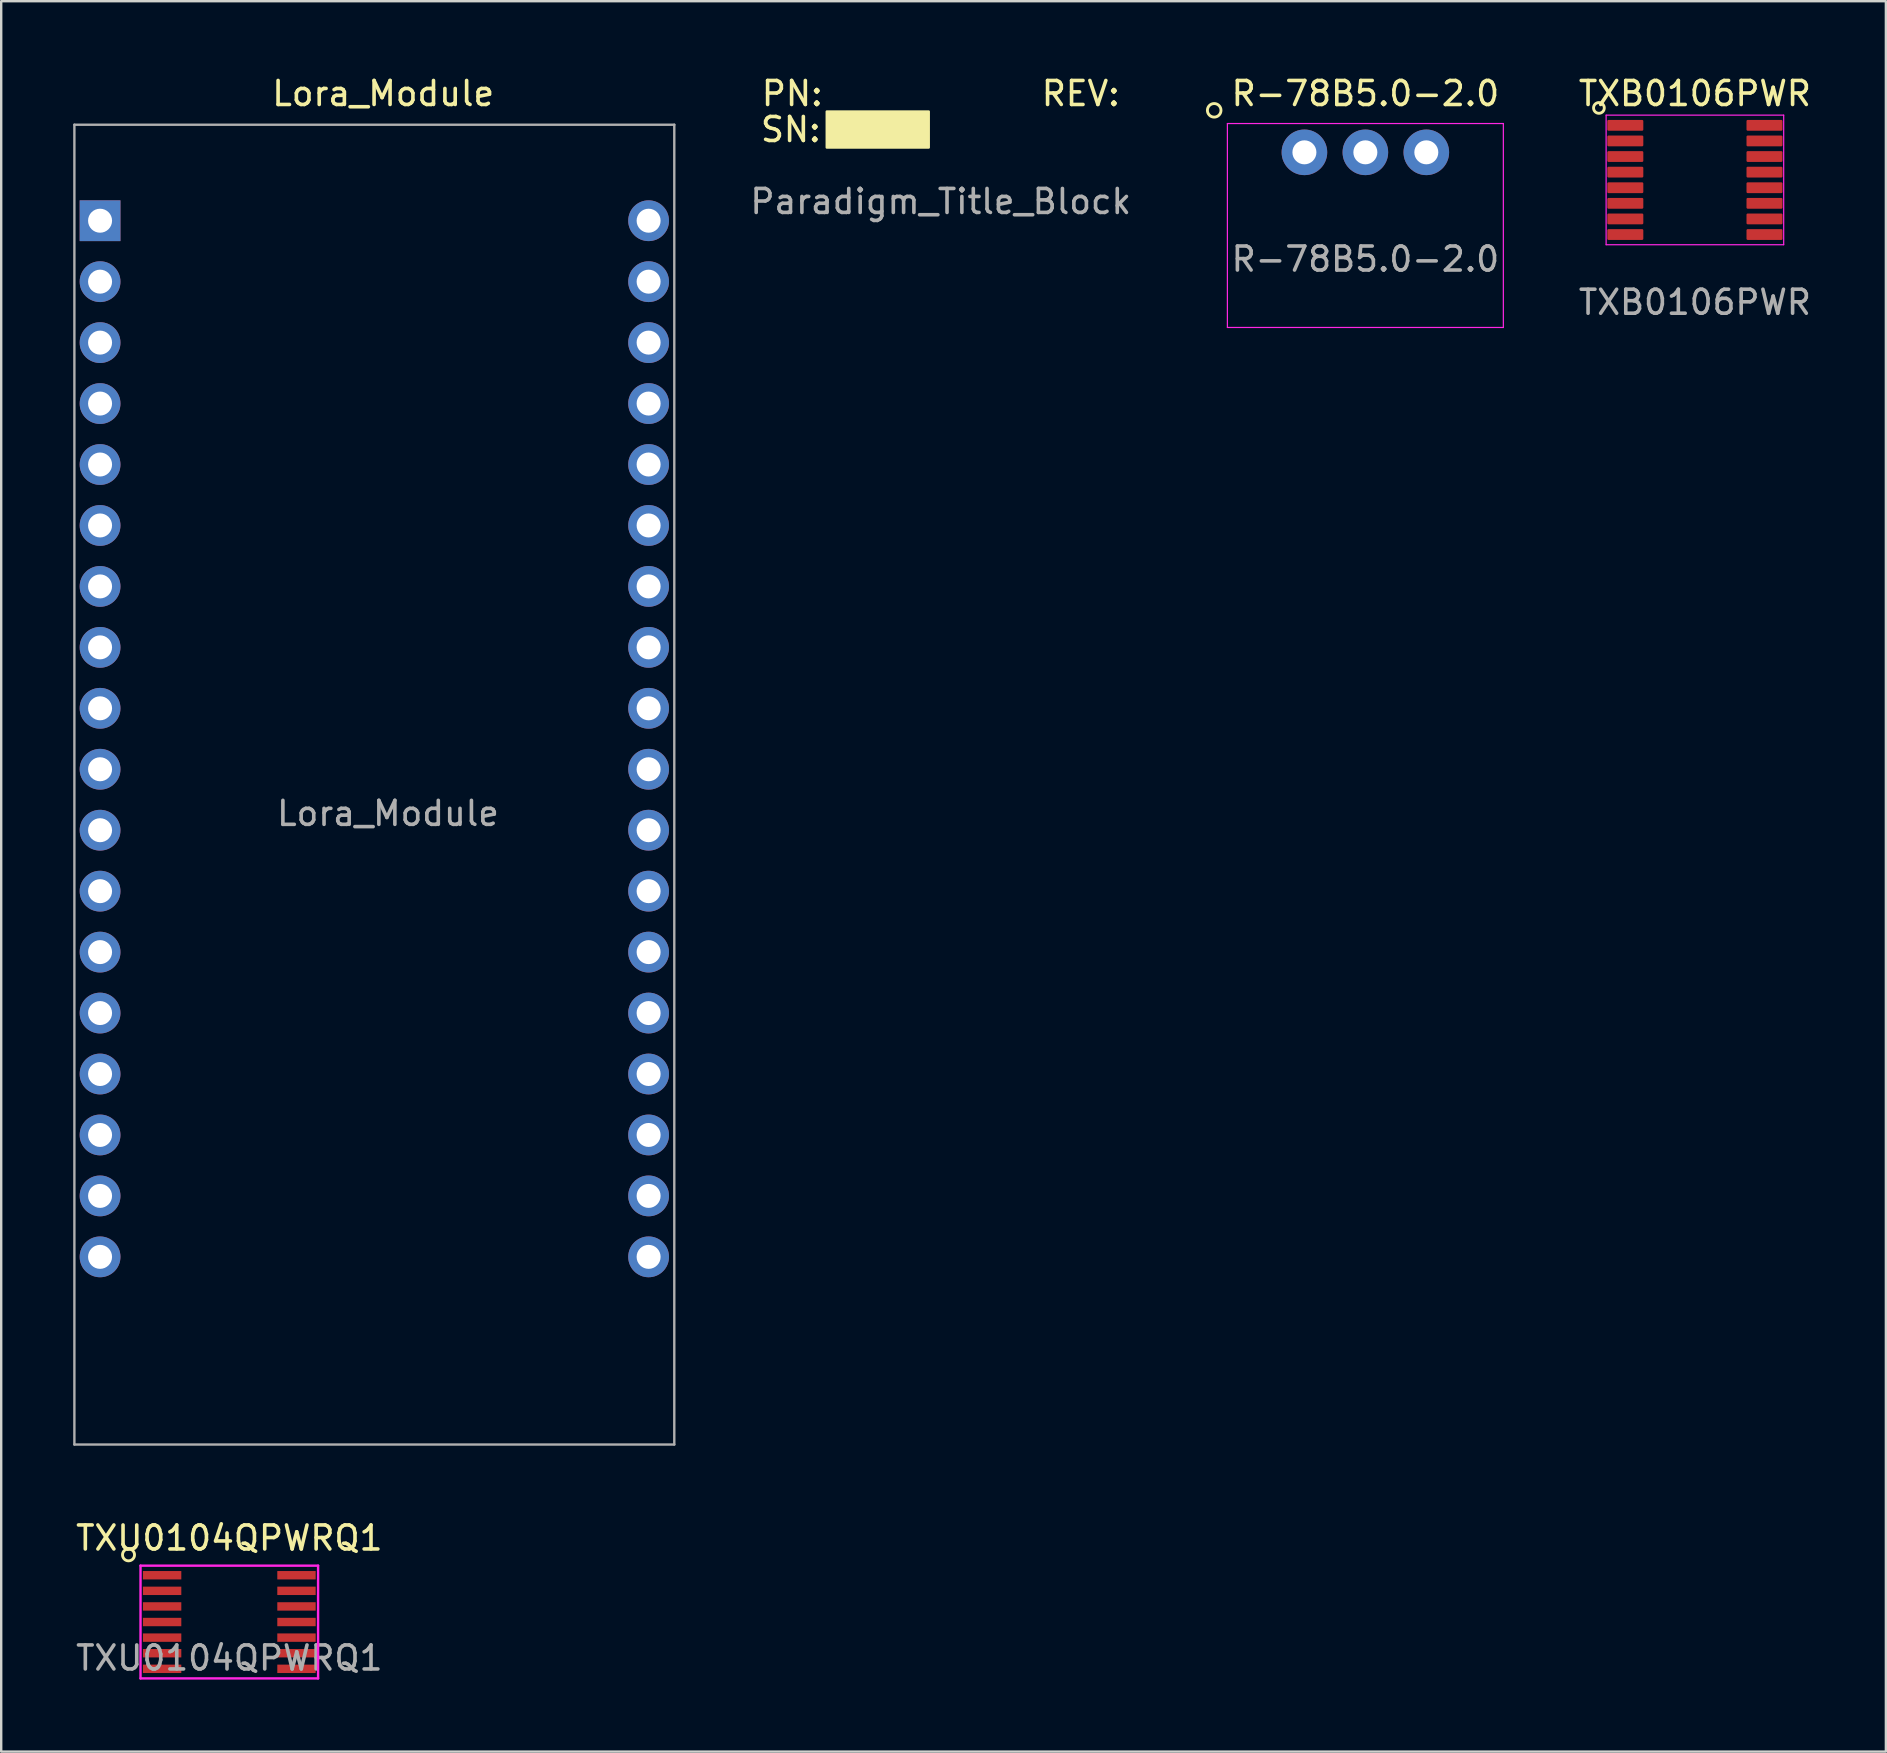
<source format=kicad_pcb>
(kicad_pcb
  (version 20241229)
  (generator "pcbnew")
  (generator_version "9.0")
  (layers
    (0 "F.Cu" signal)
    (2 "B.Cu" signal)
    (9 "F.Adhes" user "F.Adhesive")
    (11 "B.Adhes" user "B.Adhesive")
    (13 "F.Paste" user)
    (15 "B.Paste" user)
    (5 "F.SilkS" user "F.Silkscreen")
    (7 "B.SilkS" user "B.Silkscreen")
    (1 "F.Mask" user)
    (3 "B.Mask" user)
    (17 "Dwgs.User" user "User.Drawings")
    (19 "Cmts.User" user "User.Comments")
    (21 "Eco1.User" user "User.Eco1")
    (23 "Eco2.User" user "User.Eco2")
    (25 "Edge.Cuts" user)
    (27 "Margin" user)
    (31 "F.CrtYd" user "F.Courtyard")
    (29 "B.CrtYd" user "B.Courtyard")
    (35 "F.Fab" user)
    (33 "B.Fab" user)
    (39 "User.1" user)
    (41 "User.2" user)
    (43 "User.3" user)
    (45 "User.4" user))
  (footprint "Paradigm_Title_Block"
    (layer "F.Cu")
    (at 36.154 0.848)
    (property "Reference" "Paradigm_Title_Block" (at 0 4.5 0) (layer "F.Fab") (effects (font (size 1 1) (thickness 0.15))))
    (attr through_hole)
    (fp_poly (pts (xy -4.75 0.75) (xy -4.75 2.25) (xy -0.5 2.25) (xy -0.5 0.75)) (stroke (width 0.1) (type solid)) (fill yes) (layer "F.SilkS"))
    (fp_text user "PN:            REV:" (at 0 0 0) (layer "F.SilkS") (effects (font (size 1 1) (thickness 0.15))))
    (fp_text user "SN:" (at -6.25 1.5 0) (layer "F.SilkS") (effects (font (size 1 1) (thickness 0.15)))))
  (footprint "Lora_Module"
    (layer "F.Cu")
    (at 1.12 6.148)
    (property "Reference" "Lora_Module" (at 11.8 -5.3 0) (unlocked yes) (layer "F.SilkS") (effects (font (size 1 1) (thickness 0.15))))
    (attr through_hole)
    (fp_line (start -1.07 -4) (end -1.07 51) (stroke (width 0.1) (type solid)) (layer "F.Fab"))
    (fp_line (start -1.07 -4) (end 23.93 -4) (stroke (width 0.1) (type solid)) (layer "F.Fab"))
    (fp_line (start -1.07 51) (end 23.93 51) (stroke (width 0.1) (type solid)) (layer "F.Fab"))
    (fp_line (start 23.93 -4) (end 23.93 51) (stroke (width 0.1) (type solid)) (layer "F.Fab"))
    (fp_text user "${REFERENCE}" (at 12 24.7 0) (unlocked yes) (layer "F.Fab") (effects (font (size 1 1) (thickness 0.15))))
    (pad "1" thru_hole rect (at 0 0) (size 1.7 1.7) (drill 1) (layers "*.Cu" "*.Mask"))
    (pad "2" thru_hole circle (at 0 2.54) (size 1.7 1.7) (drill 1) (layers "*.Cu" "*.Mask"))
    (pad "3" thru_hole circle (at 0 5.08) (size 1.7 1.7) (drill 1) (layers "*.Cu" "*.Mask"))
    (pad "4" thru_hole circle (at 0 7.62) (size 1.7 1.7) (drill 1) (layers "*.Cu" "*.Mask"))
    (pad "5" thru_hole circle (at 0 10.16) (size 1.7 1.7) (drill 1) (layers "*.Cu" "*.Mask"))
    (pad "6" thru_hole circle (at 0 12.7) (size 1.7 1.7) (drill 1) (layers "*.Cu" "*.Mask"))
    (pad "7" thru_hole circle (at 0 15.24) (size 1.7 1.7) (drill 1) (layers "*.Cu" "*.Mask"))
    (pad "8" thru_hole circle (at 0 17.78) (size 1.7 1.7) (drill 1) (layers "*.Cu" "*.Mask"))
    (pad "9" thru_hole circle (at 0 20.32) (size 1.7 1.7) (drill 1) (layers "*.Cu" "*.Mask"))
    (pad "10" thru_hole circle (at 0 22.86) (size 1.7 1.7) (drill 1) (layers "*.Cu" "*.Mask"))
    (pad "11" thru_hole circle (at 0 25.4) (size 1.7 1.7) (drill 1) (layers "*.Cu" "*.Mask"))
    (pad "12" thru_hole circle (at 0 27.94) (size 1.7 1.7) (drill 1) (layers "*.Cu" "*.Mask"))
    (pad "13" thru_hole circle (at 0 30.48) (size 1.7 1.7) (drill 1) (layers "*.Cu" "*.Mask"))
    (pad "14" thru_hole circle (at 0 33.02) (size 1.7 1.7) (drill 1) (layers "*.Cu" "*.Mask"))
    (pad "15" thru_hole circle (at 0 35.56) (size 1.7 1.7) (drill 1) (layers "*.Cu" "*.Mask"))
    (pad "16" thru_hole circle (at 0 38.1) (size 1.7 1.7) (drill 1) (layers "*.Cu" "*.Mask"))
    (pad "17" thru_hole circle (at 0 40.64) (size 1.7 1.7) (drill 1) (layers "*.Cu" "*.Mask"))
    (pad "18" thru_hole circle (at 0 43.18) (size 1.7 1.7) (drill 1) (layers "*.Cu" "*.Mask"))
    (pad "19" thru_hole circle (at 22.86 0) (size 1.7 1.7) (drill 1) (layers "*.Cu" "*.Mask"))
    (pad "20" thru_hole circle (at 22.86 2.54) (size 1.7 1.7) (drill 1) (layers "*.Cu" "*.Mask"))
    (pad "21" thru_hole circle (at 22.86 5.08) (size 1.7 1.7) (drill 1) (layers "*.Cu" "*.Mask"))
    (pad "22" thru_hole circle (at 22.86 7.62) (size 1.7 1.7) (drill 1) (layers "*.Cu" "*.Mask"))
    (pad "23" thru_hole circle (at 22.86 10.16) (size 1.7 1.7) (drill 1) (layers "*.Cu" "*.Mask"))
    (pad "24" thru_hole circle (at 22.86 12.7) (size 1.7 1.7) (drill 1) (layers "*.Cu" "*.Mask"))
    (pad "25" thru_hole circle (at 22.86 15.24) (size 1.7 1.7) (drill 1) (layers "*.Cu" "*.Mask"))
    (pad "26" thru_hole circle (at 22.86 17.78) (size 1.7 1.7) (drill 1) (layers "*.Cu" "*.Mask"))
    (pad "27" thru_hole circle (at 22.86 20.32) (size 1.7 1.7) (drill 1) (layers "*.Cu" "*.Mask"))
    (pad "28" thru_hole circle (at 22.86 22.86) (size 1.7 1.7) (drill 1) (layers "*.Cu" "*.Mask"))
    (pad "29" thru_hole circle (at 22.86 25.4) (size 1.7 1.7) (drill 1) (layers "*.Cu" "*.Mask"))
    (pad "30" thru_hole circle (at 22.86 27.94) (size 1.7 1.7) (drill 1) (layers "*.Cu" "*.Mask"))
    (pad "31" thru_hole circle (at 22.86 30.48) (size 1.7 1.7) (drill 1) (layers "*.Cu" "*.Mask"))
    (pad "32" thru_hole circle (at 22.86 33.02) (size 1.7 1.7) (drill 1) (layers "*.Cu" "*.Mask"))
    (pad "33" thru_hole circle (at 22.86 35.56) (size 1.7 1.7) (drill 1) (layers "*.Cu" "*.Mask"))
    (pad "34" thru_hole circle (at 22.86 38.1) (size 1.7 1.7) (drill 1) (layers "*.Cu" "*.Mask"))
    (pad "35" thru_hole circle (at 22.86 40.64) (size 1.7 1.7) (drill 1) (layers "*.Cu" "*.Mask"))
    (pad "36" thru_hole circle (at 22.86 43.18) (size 1.7 1.7) (drill 1) (layers "*.Cu" "*.Mask")))
  (footprint "TXU0104QPWRQ1"
    (layer "F.Cu")
    (at 6.506 64.546)
    (property "Reference" "TXU0104QPWRQ1" (at 0 -3.5 0) (unlocked yes) (layer "F.SilkS") (effects (font (size 1 1) (thickness 0.15))))
    (attr smd)
    (fp_circle (center -4.2 -2.8) (end -3.95 -2.8) (stroke (width 0.12) (type solid)) (fill no) (layer "F.SilkS"))
    (fp_line (start -3.7 -2.35) (end 3.7 -2.35) (stroke (width 0.1) (type solid)) (layer "F.CrtYd"))
    (fp_line (start -3.7 2.35) (end -3.7 -2.35) (stroke (width 0.1) (type solid)) (layer "F.CrtYd"))
    (fp_line (start 3.7 -2.35) (end 3.7 2.35) (stroke (width 0.1) (type solid)) (layer "F.CrtYd"))
    (fp_line (start 3.7 2.35) (end -3.7 2.35) (stroke (width 0.1) (type solid)) (layer "F.CrtYd"))
    (fp_text user "${REFERENCE}" (at 0 1.5 0) (unlocked yes) (layer "F.Fab") (effects (font (size 1 1) (thickness 0.15))))
    (pad "1" smd rect (at -2.8 -1.95) (size 1.6 0.35) (layers "F.Cu" "F.Mask" "F.Paste"))
    (pad "2" smd rect (at -2.8 -1.3) (size 1.6 0.35) (layers "F.Cu" "F.Mask" "F.Paste"))
    (pad "3" smd rect (at -2.8 -0.65) (size 1.6 0.35) (layers "F.Cu" "F.Mask" "F.Paste"))
    (pad "4" smd rect (at -2.8 0) (size 1.6 0.35) (layers "F.Cu" "F.Mask" "F.Paste"))
    (pad "5" smd rect (at -2.8 0.65) (size 1.6 0.35) (layers "F.Cu" "F.Mask" "F.Paste"))
    (pad "6" smd rect (at -2.8 1.3) (size 1.6 0.35) (layers "F.Cu" "F.Mask" "F.Paste"))
    (pad "7" smd rect (at -2.8 1.95) (size 1.6 0.35) (layers "F.Cu" "F.Mask" "F.Paste"))
    (pad "8" smd rect (at 2.8 1.95) (size 1.6 0.35) (layers "F.Cu" "F.Mask" "F.Paste"))
    (pad "9" smd rect (at 2.8 1.3) (size 1.6 0.35) (layers "F.Cu" "F.Mask" "F.Paste"))
    (pad "10" smd rect (at 2.8 0.65) (size 1.6 0.35) (layers "F.Cu" "F.Mask" "F.Paste"))
    (pad "11" smd rect (at 2.8 0) (size 1.6 0.35) (layers "F.Cu" "F.Mask" "F.Paste"))
    (pad "12" smd rect (at 2.8 -0.65) (size 1.6 0.35) (layers "F.Cu" "F.Mask" "F.Paste"))
    (pad "13" smd rect (at 2.8 -1.3) (size 1.6 0.35) (layers "F.Cu" "F.Mask" "F.Paste"))
    (pad "14" smd rect (at 2.8 -1.95) (size 1.6 0.35) (layers "F.Cu" "F.Mask" "F.Paste")))
  (footprint "R-78B5.0-2.0"
    (layer "F.Cu")
    (at 53.85 6.348)
    (property "Reference" "R-78B5.0-2.0" (at 0 -5.5 0) (unlocked yes) (layer "F.SilkS") (effects (font (size 1 1) (thickness 0.15))))
    (attr through_hole)
    (fp_circle (center -6.3 -4.8) (end -6.1 -4.6) (stroke (width 0.12) (type solid)) (fill no) (layer "F.SilkS"))
    (fp_line (start -5.75 -4.25) (end 5.75 -4.25) (stroke (width 0.05) (type solid)) (layer "F.CrtYd"))
    (fp_line (start -5.75 4.25) (end -5.75 -4.25) (stroke (width 0.05) (type solid)) (layer "F.CrtYd"))
    (fp_line (start 5.75 -4.25) (end 5.75 4.25) (stroke (width 0.05) (type solid)) (layer "F.CrtYd"))
    (fp_line (start 5.75 4.25) (end -5.75 4.25) (stroke (width 0.05) (type solid)) (layer "F.CrtYd"))
    (fp_text user "${REFERENCE}" (at 0 1.4 0) (unlocked yes) (layer "F.Fab") (effects (font (size 1 1) (thickness 0.15))))
    (pad "1" thru_hole circle (at -2.54 -3.05) (size 1.9 1.9) (drill 1) (layers "*.Cu" "*.Mask"))
    (pad "2" thru_hole circle (at 0 -3.05) (size 1.9 1.9) (drill 1) (layers "*.Cu" "*.Mask"))
    (pad "3" thru_hole circle (at 2.54 -3.05) (size 1.9 1.9) (drill 1) (layers "*.Cu" "*.Mask")))
  (footprint "TXB0106PWR"
    (layer "F.Cu")
    (at 67.583 4.448)
    (property "Reference" "TXB0106PWR" (at 0 -3.6 0) (unlocked yes) (layer "F.SilkS") (effects (font (size 1 1) (thickness 0.15))))
    (attr smd)
    (fp_circle (center -4 -3) (end -3.8 -2.9) (stroke (width 0.12) (type solid)) (fill no) (layer "F.SilkS"))
    (fp_line (start -3.7 -2.7) (end 3.7 -2.7) (stroke (width 0.05) (type solid)) (layer "F.CrtYd"))
    (fp_line (start -3.7 2.7) (end -3.7 -2.7) (stroke (width 0.05) (type solid)) (layer "F.CrtYd"))
    (fp_line (start 3.7 -2.7) (end 3.7 2.7) (stroke (width 0.05) (type solid)) (layer "F.CrtYd"))
    (fp_line (start 3.7 2.7) (end -3.7 2.7) (stroke (width 0.05) (type solid)) (layer "F.CrtYd"))
    (fp_text user "${REFERENCE}" (at 0 5.1 0) (unlocked yes) (layer "F.Fab") (effects (font (size 1 1) (thickness 0.15))))
    (pad "1" smd roundrect (at -2.9 -2.275) (size 1.5 0.45) (layers "F.Cu" "F.Mask" "F.Paste") (roundrect_rratio 0.111))
    (pad "2" smd roundrect (at -2.9 -1.625) (size 1.5 0.45) (layers "F.Cu" "F.Mask" "F.Paste") (roundrect_rratio 0.111))
    (pad "3" smd roundrect (at -2.9 -0.975) (size 1.5 0.45) (layers "F.Cu" "F.Mask" "F.Paste") (roundrect_rratio 0.111))
    (pad "4" smd roundrect (at -2.9 -0.325) (size 1.5 0.45) (layers "F.Cu" "F.Mask" "F.Paste") (roundrect_rratio 0.111))
    (pad "5" smd roundrect (at -2.9 0.325) (size 1.5 0.45) (layers "F.Cu" "F.Mask" "F.Paste") (roundrect_rratio 0.111))
    (pad "6" smd roundrect (at -2.9 0.975) (size 1.5 0.45) (layers "F.Cu" "F.Mask" "F.Paste") (roundrect_rratio 0.111))
    (pad "7" smd roundrect (at -2.9 1.625) (size 1.5 0.45) (layers "F.Cu" "F.Mask" "F.Paste") (roundrect_rratio 0.111))
    (pad "8" smd roundrect (at -2.9 2.275) (size 1.5 0.45) (layers "F.Cu" "F.Mask" "F.Paste") (roundrect_rratio 0.111))
    (pad "9" smd roundrect (at 2.9 2.275) (size 1.5 0.45) (layers "F.Cu" "F.Mask" "F.Paste") (roundrect_rratio 0.111))
    (pad "10" smd roundrect (at 2.9 1.625) (size 1.5 0.45) (layers "F.Cu" "F.Mask" "F.Paste") (roundrect_rratio 0.111))
    (pad "11" smd roundrect (at 2.9 0.975) (size 1.5 0.45) (layers "F.Cu" "F.Mask" "F.Paste") (roundrect_rratio 0.111))
    (pad "12" smd roundrect (at 2.9 0.325) (size 1.5 0.45) (layers "F.Cu" "F.Mask" "F.Paste") (roundrect_rratio 0.111))
    (pad "13" smd roundrect (at 2.9 -0.325) (size 1.5 0.45) (layers "F.Cu" "F.Mask" "F.Paste") (roundrect_rratio 0.111))
    (pad "14" smd roundrect (at 2.9 -0.975) (size 1.5 0.45) (layers "F.Cu" "F.Mask" "F.Paste") (roundrect_rratio 0.111))
    (pad "15" smd roundrect (at 2.9 -1.625) (size 1.5 0.45) (layers "F.Cu" "F.Mask" "F.Paste") (roundrect_rratio 0.111))
    (pad "16" smd roundrect (at 2.9 -2.275) (size 1.5 0.45) (layers "F.Cu" "F.Mask" "F.Paste") (roundrect_rratio 0.111)))
  (gr_rect
    (start -3 -3)
    (end 75.542 69.947)
    (stroke (width 0.1) (type default))
    (fill no)
    (layer "Edge.Cuts")))
</source>
